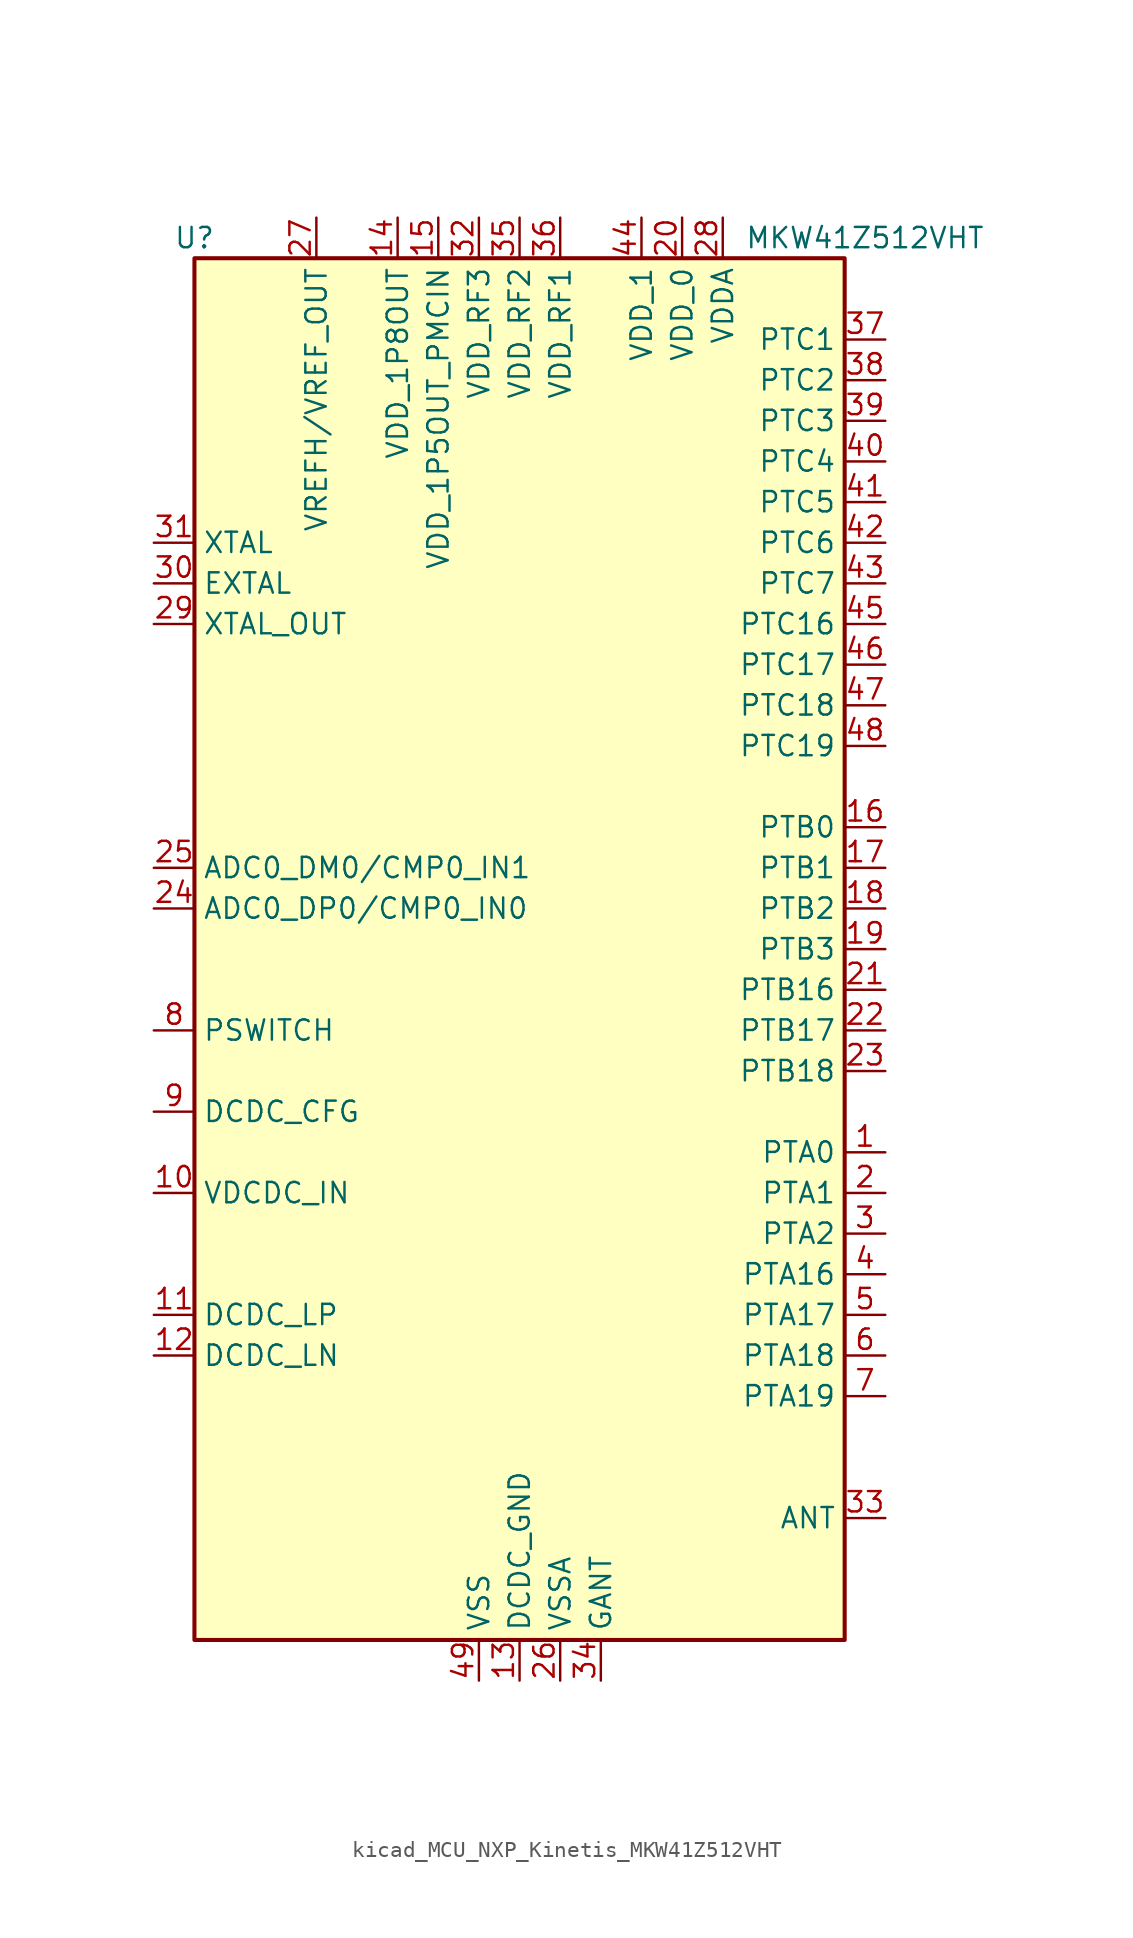
<source format=kicad_sym>
(kicad_symbol_lib
  (version 20220914)
  (generator kicad_symbol_editor)
  (symbol "kicad_MCU_NXP_Kinetis_MKW41Z512VHT"
    (property "Reference" "U"
      (at -20.32 44.45 0)
      (effects (font (size 1.27 1.27))))
    (property "Value" "MKW41Z512VHT"
      (at 21.59 44.45 0)
      (effects (font (size 1.27 1.27))))
    (symbol "kicad_MCU_NXP_Kinetis_MKW41Z512VHT_0_0"
      (pin bidirectional line (at 22.86 -12.7 180) (length 2.54) (name "PTA0" (effects (font (size 1.27 1.27)))) (number "1" (effects (font (size 1.27 1.27)))))
      (pin power_in line (at -22.86 -15.24 0) (length 2.54) (name "VDCDC_IN" (effects (font (size 1.27 1.27)))) (number "10" (effects (font (size 1.27 1.27)))))
      (pin passive line (at -22.86 -22.86 0) (length 2.54) (name "DCDC_LP" (effects (font (size 1.27 1.27)))) (number "11" (effects (font (size 1.27 1.27)))))
      (pin passive line (at -22.86 -25.4 0) (length 2.54) (name "DCDC_LN" (effects (font (size 1.27 1.27)))) (number "12" (effects (font (size 1.27 1.27)))))
      (pin power_in line (at 0 -45.72 90) (length 2.54) (name "DCDC_GND" (effects (font (size 1.27 1.27)))) (number "13" (effects (font (size 1.27 1.27)))))
      (pin power_out line (at -7.62 45.72 270) (length 2.54) (name "VDD_1P8OUT" (effects (font (size 1.27 1.27)))) (number "14" (effects (font (size 1.27 1.27)))))
      (pin power_out line (at -5.08 45.72 270) (length 2.54) (name "VDD_1P5OUT_PMCIN" (effects (font (size 1.27 1.27)))) (number "15" (effects (font (size 1.27 1.27)))))
      (pin bidirectional line (at 22.86 7.62 180) (length 2.54) (name "PTB0" (effects (font (size 1.27 1.27)))) (number "16" (effects (font (size 1.27 1.27)))))
      (pin bidirectional line (at 22.86 5.08 180) (length 2.54) (name "PTB1" (effects (font (size 1.27 1.27)))) (number "17" (effects (font (size 1.27 1.27)))))
      (pin bidirectional line (at 22.86 2.54 180) (length 2.54) (name "PTB2" (effects (font (size 1.27 1.27)))) (number "18" (effects (font (size 1.27 1.27)))))
      (pin bidirectional line (at 22.86 0 180) (length 2.54) (name "PTB3" (effects (font (size 1.27 1.27)))) (number "19" (effects (font (size 1.27 1.27)))))
      (pin bidirectional line (at 22.86 -15.24 180) (length 2.54) (name "PTA1" (effects (font (size 1.27 1.27)))) (number "2" (effects (font (size 1.27 1.27)))))
      (pin power_in line (at 10.16 45.72 270) (length 2.54) (name "VDD_0" (effects (font (size 1.27 1.27)))) (number "20" (effects (font (size 1.27 1.27)))))
      (pin bidirectional line (at 22.86 -2.54 180) (length 2.54) (name "PTB16" (effects (font (size 1.27 1.27)))) (number "21" (effects (font (size 1.27 1.27)))))
      (pin bidirectional line (at 22.86 -5.08 180) (length 2.54) (name "PTB17" (effects (font (size 1.27 1.27)))) (number "22" (effects (font (size 1.27 1.27)))))
      (pin bidirectional line (at 22.86 -7.62 180) (length 2.54) (name "PTB18" (effects (font (size 1.27 1.27)))) (number "23" (effects (font (size 1.27 1.27)))))
      (pin input line (at -22.86 2.54 0) (length 2.54) (name "ADC0_DP0/CMP0_IN0" (effects (font (size 1.27 1.27)))) (number "24" (effects (font (size 1.27 1.27)))))
      (pin input line (at -22.86 5.08 0) (length 2.54) (name "ADC0_DM0/CMP0_IN1" (effects (font (size 1.27 1.27)))) (number "25" (effects (font (size 1.27 1.27)))))
      (pin power_in line (at 2.54 -45.72 90) (length 2.54) (name "VSSA" (effects (font (size 1.27 1.27)))) (number "26" (effects (font (size 1.27 1.27)))))
      (pin bidirectional line (at -12.7 45.72 270) (length 2.54) (name "VREFH/VREF_OUT" (effects (font (size 1.27 1.27)))) (number "27" (effects (font (size 1.27 1.27)))))
      (pin power_in line (at 12.7 45.72 270) (length 2.54) (name "VDDA" (effects (font (size 1.27 1.27)))) (number "28" (effects (font (size 1.27 1.27)))))
      (pin output line (at -22.86 20.32 0) (length 2.54) (name "XTAL_OUT" (effects (font (size 1.27 1.27)))) (number "29" (effects (font (size 1.27 1.27)))))
      (pin bidirectional line (at 22.86 -17.78 180) (length 2.54) (name "PTA2" (effects (font (size 1.27 1.27)))) (number "3" (effects (font (size 1.27 1.27)))))
      (pin input line (at -22.86 22.86 0) (length 2.54) (name "EXTAL" (effects (font (size 1.27 1.27)))) (number "30" (effects (font (size 1.27 1.27)))))
      (pin input line (at -22.86 25.4 0) (length 2.54) (name "XTAL" (effects (font (size 1.27 1.27)))) (number "31" (effects (font (size 1.27 1.27)))))
      (pin power_in line (at -2.54 45.72 270) (length 2.54) (name "VDD_RF3" (effects (font (size 1.27 1.27)))) (number "32" (effects (font (size 1.27 1.27)))))
      (pin passive line (at 22.86 -35.56 180) (length 2.54) (name "ANT" (effects (font (size 1.27 1.27)))) (number "33" (effects (font (size 1.27 1.27)))))
      (pin power_in line (at 5.08 -45.72 90) (length 2.54) (name "GANT" (effects (font (size 1.27 1.27)))) (number "34" (effects (font (size 1.27 1.27)))))
      (pin power_in line (at 0 45.72 270) (length 2.54) (name "VDD_RF2" (effects (font (size 1.27 1.27)))) (number "35" (effects (font (size 1.27 1.27)))))
      (pin power_in line (at 2.54 45.72 270) (length 2.54) (name "VDD_RF1" (effects (font (size 1.27 1.27)))) (number "36" (effects (font (size 1.27 1.27)))))
      (pin bidirectional line (at 22.86 38.1 180) (length 2.54) (name "PTC1" (effects (font (size 1.27 1.27)))) (number "37" (effects (font (size 1.27 1.27)))))
      (pin bidirectional line (at 22.86 35.56 180) (length 2.54) (name "PTC2" (effects (font (size 1.27 1.27)))) (number "38" (effects (font (size 1.27 1.27)))))
      (pin bidirectional line (at 22.86 33.02 180) (length 2.54) (name "PTC3" (effects (font (size 1.27 1.27)))) (number "39" (effects (font (size 1.27 1.27)))))
      (pin bidirectional line (at 22.86 -20.32 180) (length 2.54) (name "PTA16" (effects (font (size 1.27 1.27)))) (number "4" (effects (font (size 1.27 1.27)))))
      (pin bidirectional line (at 22.86 30.48 180) (length 2.54) (name "PTC4" (effects (font (size 1.27 1.27)))) (number "40" (effects (font (size 1.27 1.27)))))
      (pin bidirectional line (at 22.86 27.94 180) (length 2.54) (name "PTC5" (effects (font (size 1.27 1.27)))) (number "41" (effects (font (size 1.27 1.27)))))
      (pin bidirectional line (at 22.86 25.4 180) (length 2.54) (name "PTC6" (effects (font (size 1.27 1.27)))) (number "42" (effects (font (size 1.27 1.27)))))
      (pin bidirectional line (at 22.86 22.86 180) (length 2.54) (name "PTC7" (effects (font (size 1.27 1.27)))) (number "43" (effects (font (size 1.27 1.27)))))
      (pin power_in line (at 7.62 45.72 270) (length 2.54) (name "VDD_1" (effects (font (size 1.27 1.27)))) (number "44" (effects (font (size 1.27 1.27)))))
      (pin bidirectional line (at 22.86 20.32 180) (length 2.54) (name "PTC16" (effects (font (size 1.27 1.27)))) (number "45" (effects (font (size 1.27 1.27)))))
      (pin bidirectional line (at 22.86 17.78 180) (length 2.54) (name "PTC17" (effects (font (size 1.27 1.27)))) (number "46" (effects (font (size 1.27 1.27)))))
      (pin bidirectional line (at 22.86 15.24 180) (length 2.54) (name "PTC18" (effects (font (size 1.27 1.27)))) (number "47" (effects (font (size 1.27 1.27)))))
      (pin bidirectional line (at 22.86 12.7 180) (length 2.54) (name "PTC19" (effects (font (size 1.27 1.27)))) (number "48" (effects (font (size 1.27 1.27)))))
      (pin power_in line (at -2.54 -45.72 90) (length 2.54) (name "VSS" (effects (font (size 1.27 1.27)))) (number "49" (effects (font (size 1.27 1.27)))))
      (pin bidirectional line (at 22.86 -22.86 180) (length 2.54) (name "PTA17" (effects (font (size 1.27 1.27)))) (number "5" (effects (font (size 1.27 1.27)))))
      (pin bidirectional line (at 22.86 -25.4 180) (length 2.54) (name "PTA18" (effects (font (size 1.27 1.27)))) (number "6" (effects (font (size 1.27 1.27)))))
      (pin bidirectional line (at 22.86 -27.94 180) (length 2.54) (name "PTA19" (effects (font (size 1.27 1.27)))) (number "7" (effects (font (size 1.27 1.27)))))
      (pin input line (at -22.86 -5.08 0) (length 2.54) (name "PSWITCH" (effects (font (size 1.27 1.27)))) (number "8" (effects (font (size 1.27 1.27)))))
      (pin input line (at -22.86 -10.16 0) (length 2.54) (name "DCDC_CFG" (effects (font (size 1.27 1.27)))) (number "9" (effects (font (size 1.27 1.27))))))
    (symbol "kicad_MCU_NXP_Kinetis_MKW41Z512VHT_0_1"
      (rectangle (start -20.32 -43.18) (end 20.32 43.18) (stroke (width 0.254) (type default)) (fill (type background))))))
</source>
